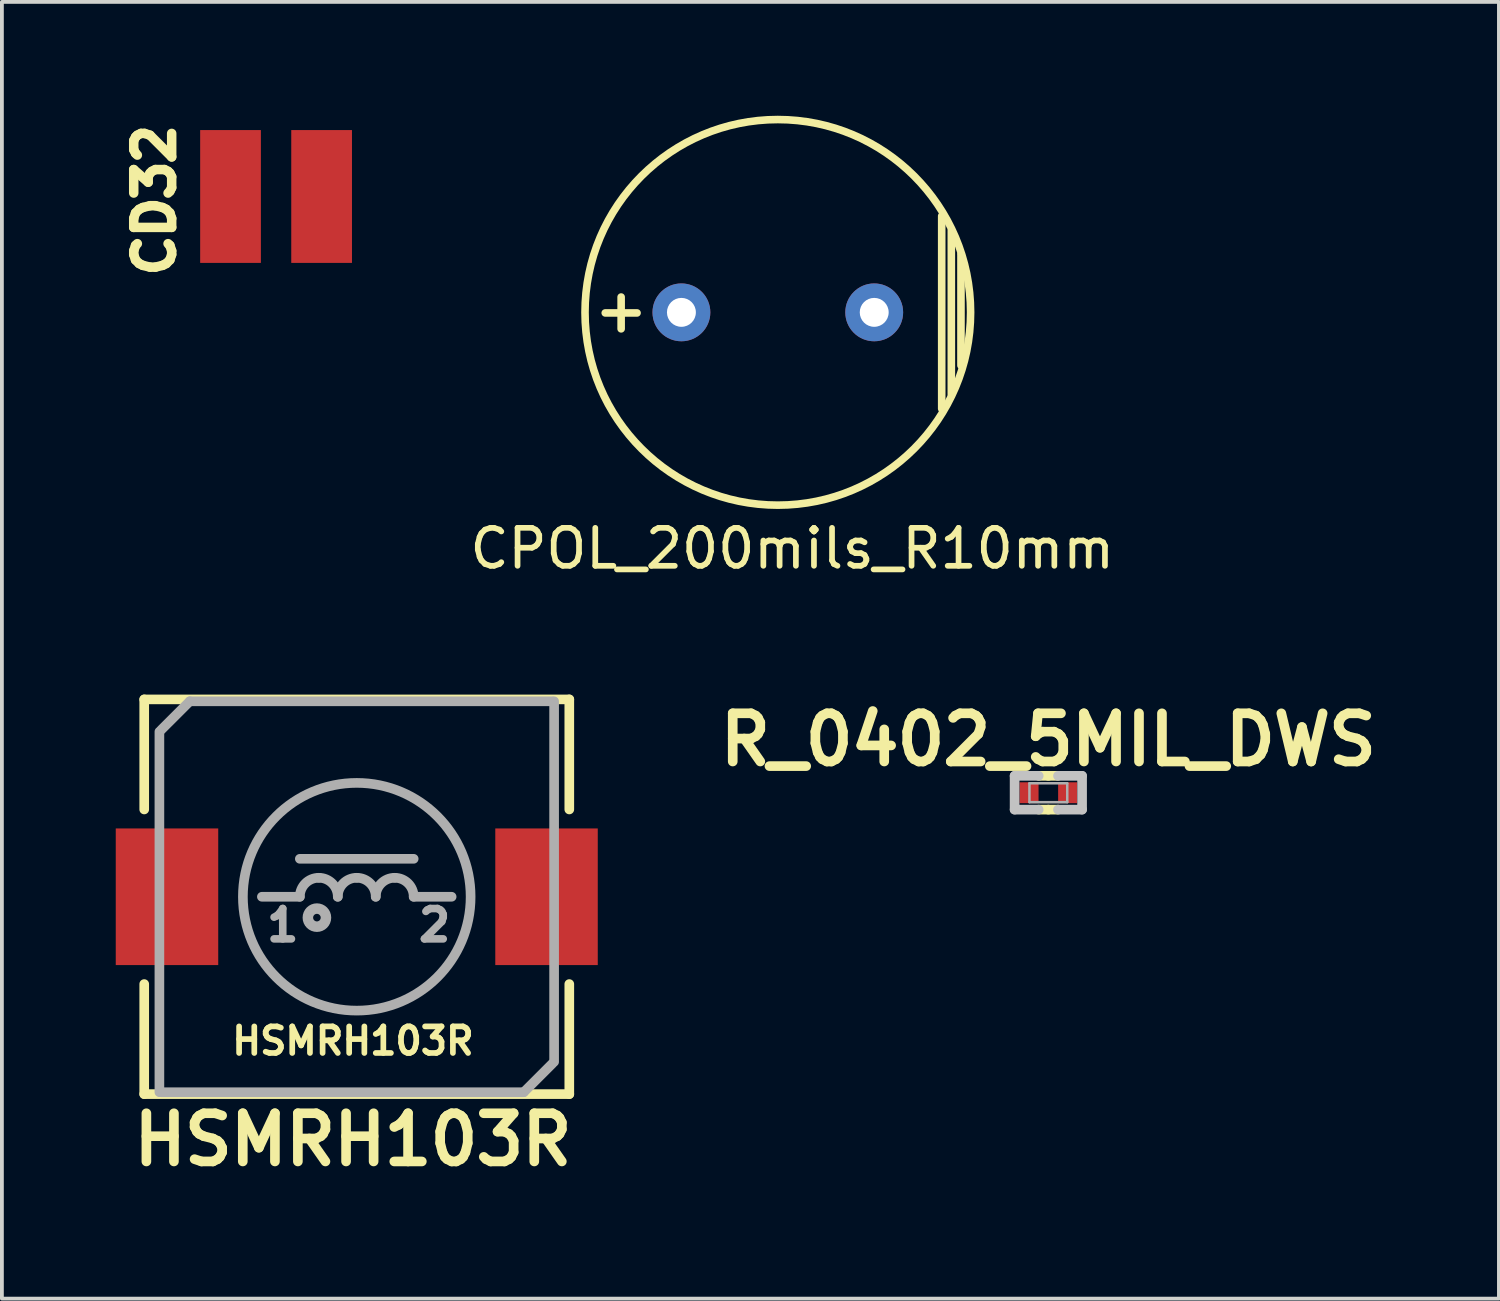
<source format=kicad_pcb>
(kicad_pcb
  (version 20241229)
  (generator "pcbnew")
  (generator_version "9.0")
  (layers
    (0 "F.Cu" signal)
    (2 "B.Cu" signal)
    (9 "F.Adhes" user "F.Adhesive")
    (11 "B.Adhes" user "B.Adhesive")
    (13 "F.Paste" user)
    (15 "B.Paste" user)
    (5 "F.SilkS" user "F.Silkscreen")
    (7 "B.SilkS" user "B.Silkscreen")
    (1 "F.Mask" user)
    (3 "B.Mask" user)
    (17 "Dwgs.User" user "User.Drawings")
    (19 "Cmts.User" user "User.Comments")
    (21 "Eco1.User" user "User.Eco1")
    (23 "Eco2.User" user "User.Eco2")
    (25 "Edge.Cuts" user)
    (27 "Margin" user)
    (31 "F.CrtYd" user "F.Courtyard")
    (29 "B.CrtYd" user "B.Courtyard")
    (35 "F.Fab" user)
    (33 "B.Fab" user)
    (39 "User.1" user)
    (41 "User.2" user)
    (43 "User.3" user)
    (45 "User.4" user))
  (footprint "HSMRH103R"
    (layer "F.Cu")
    (at 6.35 20.578)
    (property "Reference" "HSMRH103R" (at -0.1 6.4 0) (layer "F.SilkS") (effects (font (size 1.27 1.27) (thickness 0.254))))
    (attr through_hole)
    (fp_line (start -5.6 -5.2) (end -5.6 -2.3) (stroke (width 0.254) (type solid)) (layer "F.SilkS"))
    (fp_line (start -5.6 -5.2) (end 5.6 -5.2) (stroke (width 0.254) (type solid)) (layer "F.SilkS"))
    (fp_line (start -5.6 5.2) (end -5.6 2.3) (stroke (width 0.254) (type solid)) (layer "F.SilkS"))
    (fp_line (start 5.6 -5.2) (end 5.6 -2.3) (stroke (width 0.254) (type solid)) (layer "F.SilkS"))
    (fp_line (start 5.6 5.2) (end -5.6 5.2) (stroke (width 0.254) (type solid)) (layer "F.SilkS"))
    (fp_line (start 5.6 5.2) (end 5.6 2.3) (stroke (width 0.254) (type solid)) (layer "F.SilkS"))
    (fp_line (start -5.2 5.15) (end -5.2 -4.35) (stroke (width 0.254) (type solid)) (layer "F.Fab"))
    (fp_line (start -4.4 -5.15) (end -5.15 -4.4) (stroke (width 0.254) (type solid)) (layer "F.Fab"))
    (fp_line (start -4.4 -5.15) (end 5.15 -5.15) (stroke (width 0.254) (type solid)) (layer "F.Fab"))
    (fp_line (start -1.5 -1) (end 1.5 -1) (stroke (width 0.254) (type solid)) (layer "F.Fab"))
    (fp_line (start -1.5 0) (end -2.5 0) (stroke (width 0.254) (type solid)) (layer "F.Fab"))
    (fp_line (start 1.5 0) (end 2.5 0) (stroke (width 0.254) (type solid)) (layer "F.Fab"))
    (fp_line (start 4.4 5.15) (end -5.15 5.15) (stroke (width 0.254) (type solid)) (layer "F.Fab"))
    (fp_line (start 4.4 5.15) (end 5.15 4.4) (stroke (width 0.254) (type solid)) (layer "F.Fab"))
    (fp_line (start 5.2 -5.15) (end 5.2 4.35) (stroke (width 0.254) (type solid)) (layer "F.Fab"))
    (fp_arc (start -1.5 0) (mid -1.353553 -0.353553) (end -1 -0.5) (stroke (width 0.254) (type solid)) (layer "F.Fab"))
    (fp_arc (start -1 -0.5) (mid -0.646447 -0.353553) (end -0.5 0) (stroke (width 0.254) (type solid)) (layer "F.Fab"))
    (fp_arc (start -0.5 0) (mid -0.353553 -0.353553) (end 0 -0.5) (stroke (width 0.254) (type solid)) (layer "F.Fab"))
    (fp_arc (start 0 -0.5) (mid 0.353553 -0.353553) (end 0.5 0) (stroke (width 0.254) (type solid)) (layer "F.Fab"))
    (fp_arc (start 0.5 0) (mid 0.646447 -0.353553) (end 1 -0.5) (stroke (width 0.254) (type solid)) (layer "F.Fab"))
    (fp_arc (start 1 -0.5) (mid 1.353553 -0.353553) (end 1.5 0) (stroke (width 0.254) (type solid)) (layer "F.Fab"))
    (fp_circle (center -1.05 0.55) (end -1.15 0.55) (stroke (width 0.254) (type solid)) (fill no) (layer "F.Fab"))
    (fp_circle (center -1.05 0.55) (end -1.05 0.8) (stroke (width 0.254) (type solid)) (fill no) (layer "F.Fab"))
    (fp_circle (center 0 0) (end 0 3) (stroke (width 0.254) (type solid)) (fill no) (layer "F.Fab"))
    (fp_text user "HSMRH103R" (at -0.1 3.8 180) (layer "F.SilkS") (effects (font (size 0.7 0.7) (thickness 0.15))))
    (fp_text user "2" (at 2.05 0.75 0) (layer "F.Fab") (effects (font (size 0.8 0.8) (thickness 0.2))))
    (fp_text user "1" (at -1.95 0.75 0) (layer "F.Fab") (effects (font (size 0.8 0.8) (thickness 0.2))))
    (pad "1" smd rect (at -5 0) (size 2.7 3.6) (layers "F.Cu" "F.Mask" "F.Paste"))
    (pad "2" smd rect (at 5 0) (size 2.7 3.6) (layers "F.Cu" "F.Mask" "F.Paste")))
  (footprint "CPOL_200mils_R10mm"
    (layer "F.Cu")
    (at 17.444 5.18)
    (property "Reference" "CPOL_200mils_R10mm" (at 0.381 6.223 0) (layer "F.SilkS") (effects (font (size 1 1) (thickness 0.15))))
    (attr smd)
    (fp_line (start 4.318 -2.54) (end 4.318 2.54) (stroke (width 0.2) (type solid)) (layer "F.SilkS"))
    (fp_line (start 4.572 -2.159) (end 4.572 2.159) (stroke (width 0.2) (type solid)) (layer "F.SilkS"))
    (fp_line (start 4.826 -1.53) (end 4.826 1.4) (stroke (width 0.2) (type solid)) (layer "F.SilkS"))
    (fp_circle (center 0 0) (end -5.08 0) (stroke (width 0.2) (type solid)) (fill no) (layer "F.SilkS"))
    (fp_text user "+" (at -4.128 -0.064 0) (layer "F.SilkS") (effects (font (size 1.1 1.1) (thickness 0.2))))
    (pad "1" thru_hole oval (at -2.54 0) (size 1.524 1.524) (drill 0.762) (layers "*.Cu" "*.Mask"))
    (pad "2" thru_hole circle (at 2.54 0) (size 1.524 1.524) (drill 0.762) (layers "*.Cu" "*.Mask")))
  (footprint "R_0402_5MIL_DWS"
    (layer "F.Cu")
    (at 24.572 17.837)
    (property "Reference" "R_0402_5MIL_DWS" (at 0 -1.397 0) (layer "F.SilkS") (effects (font (size 1.27 1.27) (thickness 0.254))))
    (attr smd)
    (fp_line (start 0 -0.445) (end -0.254 -0.445) (stroke (width 0.254) (type solid)) (layer "F.SilkS"))
    (fp_line (start 0 -0.445) (end 0.254 -0.445) (stroke (width 0.254) (type solid)) (layer "F.SilkS"))
    (fp_line (start 0 0.445) (end -0.254 0.445) (stroke (width 0.254) (type solid)) (layer "F.SilkS"))
    (fp_line (start 0 0.445) (end 0.254 0.445) (stroke (width 0.254) (type solid)) (layer "F.SilkS"))
    (fp_line (start -0.889 -0.445) (end -0.889 0.445) (stroke (width 0.254) (type solid)) (layer "Dwgs.User"))
    (fp_line (start -0.889 0.445) (end -0.254 0.445) (stroke (width 0.254) (type solid)) (layer "Dwgs.User"))
    (fp_line (start -0.254 -0.445) (end -0.889 -0.445) (stroke (width 0.254) (type solid)) (layer "Dwgs.User"))
    (fp_line (start 0.254 -0.445) (end 0.889 -0.445) (stroke (width 0.254) (type solid)) (layer "Dwgs.User"))
    (fp_line (start 0.889 -0.445) (end 0.889 0.445) (stroke (width 0.254) (type solid)) (layer "Dwgs.User"))
    (fp_line (start 0.889 0.445) (end 0.254 0.445) (stroke (width 0.254) (type solid)) (layer "Dwgs.User"))
    (fp_line (start -0.498 -0.249) (end 0.498 -0.249) (stroke (width 0.066) (type solid)) (layer "F.Fab"))
    (fp_line (start -0.498 0.249) (end -0.498 -0.249) (stroke (width 0.066) (type solid)) (layer "F.Fab"))
    (fp_line (start -0.498 0.249) (end 0.498 0.249) (stroke (width 0.066) (type solid)) (layer "F.Fab"))
    (fp_line (start 0.498 0.249) (end 0.498 -0.249) (stroke (width 0.066) (type solid)) (layer "F.Fab"))
    (pad "1" smd rect (at -0.508 0 180) (size 0.5 0.55) (layers "F.Cu" "F.Mask" "F.Paste"))
    (pad "2" smd rect (at 0.508 0) (size 0.5 0.55) (layers "F.Cu" "F.Mask" "F.Paste")))
  (footprint "CD32"
    (layer "F.Cu")
    (at 4.224 2.127)
    (property "Reference" "CD32" (at -3.2 0.1 90) (layer "F.SilkS") (effects (font (size 1 1) (thickness 0.25))))
    (attr smd)
    (pad "1" smd rect (at 1.2 0 180) (size 1.6 3.5) (layers "F.Cu" "F.Mask" "F.Paste"))
    (pad "2" smd rect (at -1.2 0 180) (size 1.6 3.5) (layers "F.Cu" "F.Mask" "F.Paste")))
  (gr_rect
    (start -3 -3)
    (end 36.444 31.167)
    (stroke (width 0.1) (type default))
    (fill no)
    (layer "Edge.Cuts")))
</source>
